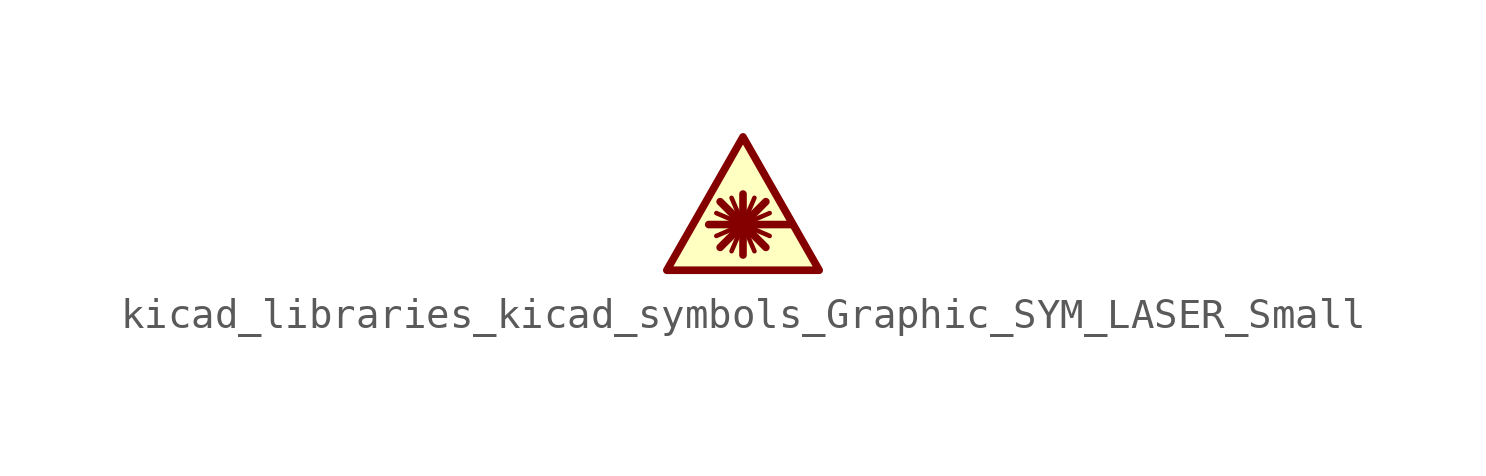
<source format=kicad_sym>
(kicad_symbol_lib
  (version 20220914)
  (generator kicad_symbol_editor)
  (symbol "kicad_libraries_kicad_symbols_Graphic_SYM_LASER_Small"
    (property "Reference" "#SYM"
      (at 0 3.556 0)
      (effects (font (size 1.27 1.27)) hide))
    (symbol "kicad_libraries_kicad_symbols_Graphic_SYM_LASER_Small_0_1"
      (polyline (pts (xy -1.143 -0.381) (xy 1.651 -0.381)) (stroke (width 0.254) (type default)) (fill (type none)))
      (polyline (pts (xy -0.889 -0.762) (xy 0.889 0)) (stroke (width 0) (type default)) (fill (type none)))
      (polyline (pts (xy -0.889 0) (xy 0.889 -0.762)) (stroke (width 0) (type default)) (fill (type none)))
      (polyline (pts (xy -0.762 -1.143) (xy 0.762 0.381)) (stroke (width 0.254) (type default)) (fill (type none)))
      (polyline (pts (xy -0.381 0.508) (xy 0.381 -1.27)) (stroke (width 0) (type default)) (fill (type none)))
      (polyline (pts (xy 0 -1.397) (xy 0 0.635)) (stroke (width 0.254) (type default)) (fill (type none)))
      (polyline (pts (xy 0.381 0.508) (xy -0.381 -1.27)) (stroke (width 0) (type default)) (fill (type none)))
      (polyline (pts (xy 0.762 -1.143) (xy -0.762 0.381)) (stroke (width 0.254) (type default)) (fill (type none)))
      (polyline (pts (xy -2.54 -1.905) (xy 2.54 -1.905) (xy 0 2.54) (xy -2.54 -1.905)) (stroke (width 0.254) (type default)) (fill (type background))))))
</source>
